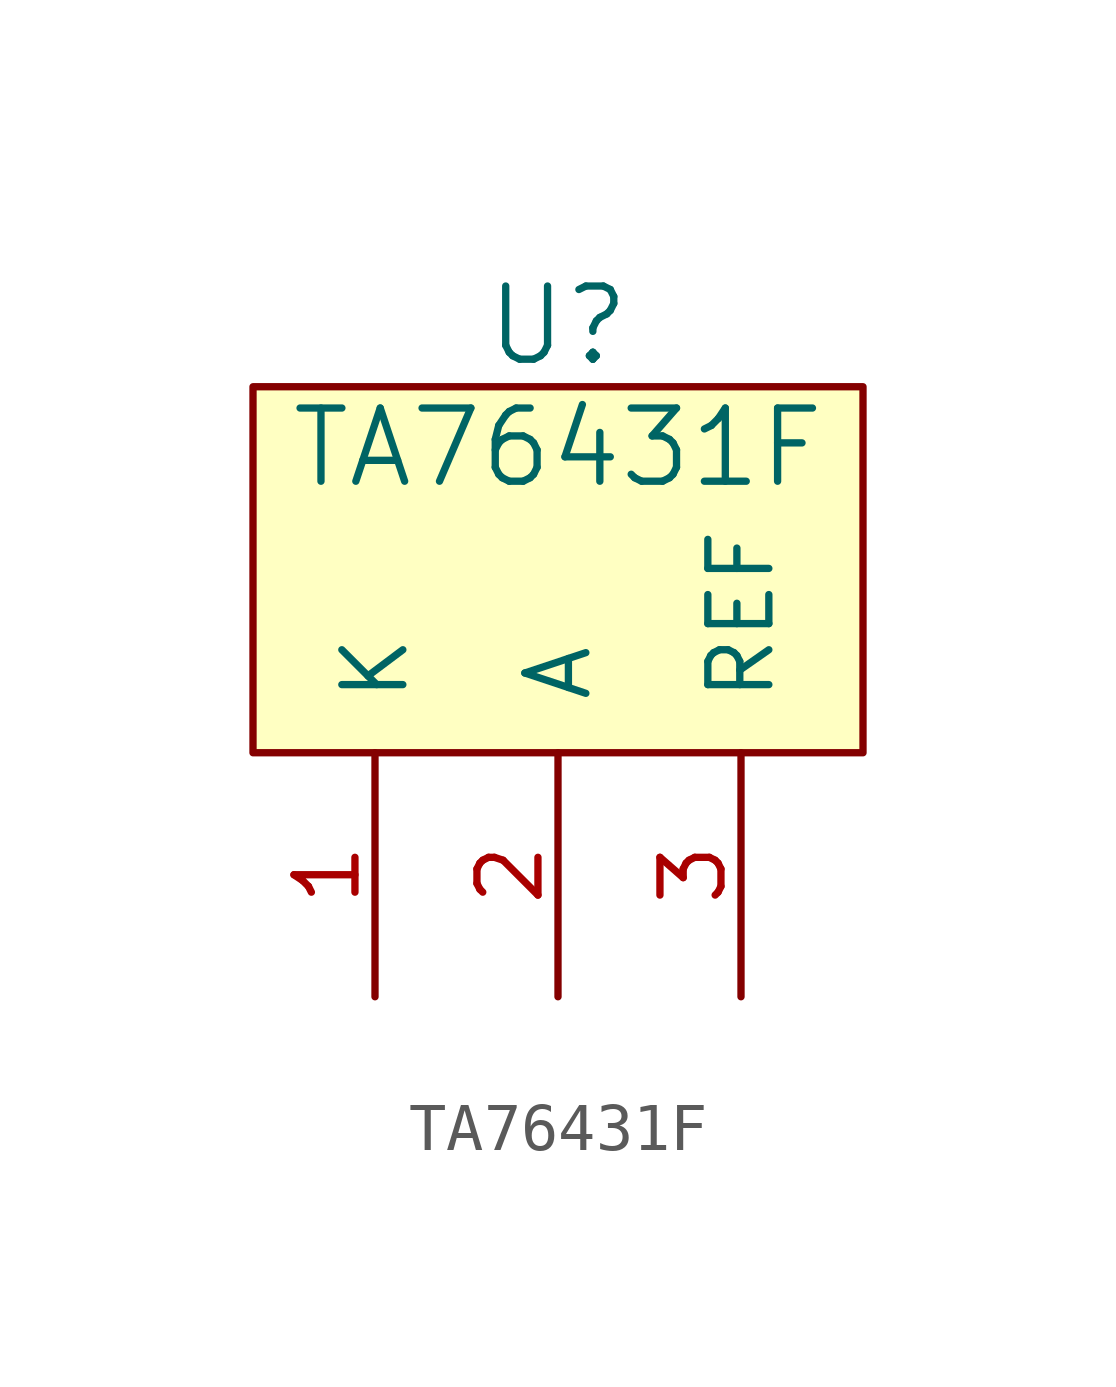
<source format=kicad_sym>
(kicad_symbol_lib
  (version 20211014)
  (generator kicad_symbol_editor)
  (symbol "TA76431F"
    (pin_names
      (offset 1.016))
    (property "Reference" "U"
      (at 0 1.27 0)
      (effects (font (size 1.524 1.524))))
    (property "Value" "TA76431F"
      (at 0 -1.27 0)
      (effects (font (size 1.524 1.524))))
    (symbol "TA76431F_0_1"
      (rectangle (start -6.35 0) (end 6.35 -7.62) (stroke (width 0) (type default) (color 0 0 0 0)) (fill (type background))))
    (symbol "TA76431F_1_1"
      (pin passive line (at -3.81 -12.7 90) (length 5.08) (name "K" (effects (font (size 1.27 1.27)))) (number "1" (effects (font (size 1.27 1.27)))))
      (pin passive line (at 0 -12.7 90) (length 5.08) (name "A" (effects (font (size 1.27 1.27)))) (number "2" (effects (font (size 1.27 1.27)))))
      (pin passive line (at 3.81 -12.7 90) (length 5.08) (name "REF" (effects (font (size 1.27 1.27)))) (number "3" (effects (font (size 1.27 1.27))))))))
</source>
